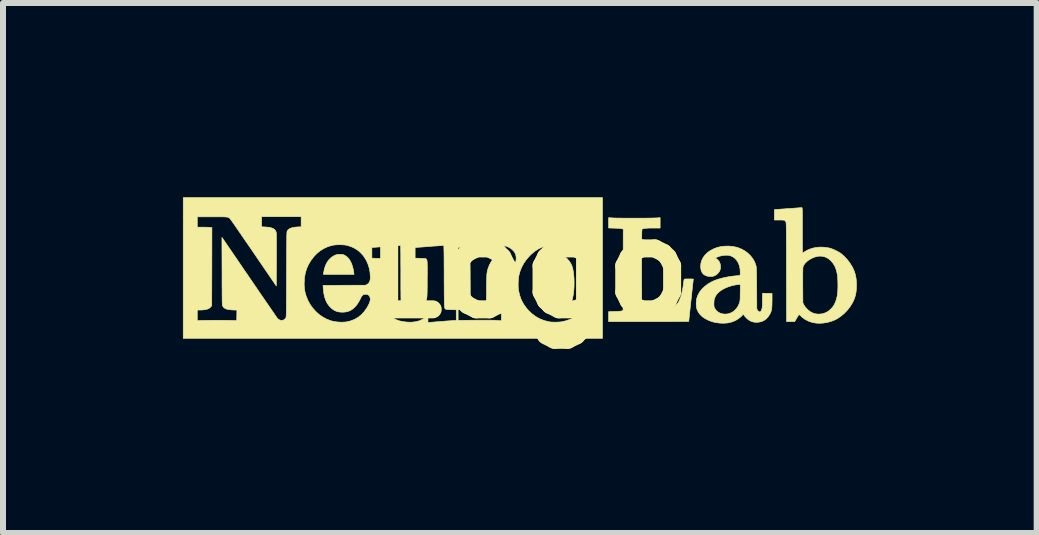
<source format=kicad_pcb>
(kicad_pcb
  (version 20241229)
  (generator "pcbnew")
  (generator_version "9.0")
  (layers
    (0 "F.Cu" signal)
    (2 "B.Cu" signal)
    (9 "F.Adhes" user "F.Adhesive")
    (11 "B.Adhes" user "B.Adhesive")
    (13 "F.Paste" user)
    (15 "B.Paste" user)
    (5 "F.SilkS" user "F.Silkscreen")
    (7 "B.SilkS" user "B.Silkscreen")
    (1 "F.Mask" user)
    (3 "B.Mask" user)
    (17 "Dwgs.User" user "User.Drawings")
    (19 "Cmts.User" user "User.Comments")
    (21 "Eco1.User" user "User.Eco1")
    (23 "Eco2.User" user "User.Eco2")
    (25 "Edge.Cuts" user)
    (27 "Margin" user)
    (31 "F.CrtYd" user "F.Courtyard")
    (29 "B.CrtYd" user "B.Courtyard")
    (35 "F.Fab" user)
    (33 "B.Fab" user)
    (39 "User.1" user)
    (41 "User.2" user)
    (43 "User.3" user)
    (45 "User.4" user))
  (footprint "Logo"
    (layer "F.Cu")
    (at 5.761 1.418)
    (property "Reference" "Logo" (at 0 0 0) (layer "F.SilkS") (effects (font (size 1.524 1.524) (thickness 0.3))))
    (attr through_hole)
    (fp_poly (pts (xy -3.12 -0.226) (xy -3.103 -0.225) (xy -3.09 -0.223) (xy -3.078 -0.218) (xy -3.064 -0.212) (xy -3.059 -0.209) (xy -3.024 -0.185) (xy -2.994 -0.153) (xy -2.968 -0.112) (xy -2.961 -0.098) (xy -2.946 -0.062) (xy -2.932 -0.02) (xy -2.921 0.024) (xy -2.914 0.065) (xy -2.913 0.074) (xy -2.909 0.107) (xy -3.419 0.107) (xy -3.416 0.083) (xy -3.403 0.015) (xy -3.383 -0.044) (xy -3.357 -0.096) (xy -3.325 -0.14) (xy -3.288 -0.176) (xy -3.244 -0.204) (xy -3.242 -0.205) (xy -3.222 -0.214) (xy -3.207 -0.22) (xy -3.194 -0.224) (xy -3.179 -0.226) (xy -3.158 -0.226) (xy -3.145 -0.226) (xy -3.12 -0.226)) (stroke (width 0.01) (type solid)) (fill yes) (layer "F.SilkS"))
    (fp_poly (pts (xy 0.496 -0.227) (xy 0.52 -0.224) (xy 0.564 -0.209) (xy 0.606 -0.186) (xy 0.645 -0.155) (xy 0.678 -0.117) (xy 0.707 -0.073) (xy 0.728 -0.024) (xy 0.739 0.013) (xy 0.748 0.065) (xy 0.755 0.123) (xy 0.76 0.184) (xy 0.761 0.247) (xy 0.76 0.31) (xy 0.756 0.372) (xy 0.749 0.43) (xy 0.74 0.482) (xy 0.729 0.528) (xy 0.721 0.55) (xy 0.701 0.59) (xy 0.675 0.629) (xy 0.644 0.665) (xy 0.612 0.692) (xy 0.573 0.714) (xy 0.528 0.73) (xy 0.479 0.738) (xy 0.427 0.738) (xy 0.411 0.736) (xy 0.361 0.726) (xy 0.315 0.706) (xy 0.274 0.677) (xy 0.237 0.641) (xy 0.206 0.597) (xy 0.182 0.546) (xy 0.177 0.534) (xy 0.169 0.507) (xy 0.161 0.482) (xy 0.156 0.455) (xy 0.152 0.427) (xy 0.149 0.394) (xy 0.147 0.357) (xy 0.145 0.313) (xy 0.145 0.261) (xy 0.145 0.244) (xy 0.145 0.2) (xy 0.145 0.165) (xy 0.146 0.137) (xy 0.147 0.115) (xy 0.148 0.096) (xy 0.15 0.079) (xy 0.152 0.064) (xy 0.155 0.047) (xy 0.159 0.031) (xy 0.175 -0.03) (xy 0.198 -0.083) (xy 0.227 -0.128) (xy 0.262 -0.165) (xy 0.303 -0.194) (xy 0.344 -0.214) (xy 0.367 -0.22) (xy 0.397 -0.225) (xy 0.43 -0.228) (xy 0.464 -0.228) (xy 0.496 -0.227)) (stroke (width 0.01) (type solid)) (fill yes) (layer "F.SilkS"))
    (fp_poly (pts (xy 2.195 -0.666) (xy 2.084 -0.666) (xy 2.03 -0.666) (xy 1.985 -0.664) (xy 1.949 -0.661) (xy 1.922 -0.657) (xy 1.904 -0.652) (xy 1.896 -0.648) (xy 1.895 -0.646) (xy 1.894 -0.644) (xy 1.893 -0.641) (xy 1.892 -0.635) (xy 1.891 -0.627) (xy 1.89 -0.616) (xy 1.89 -0.602) (xy 1.889 -0.584) (xy 1.889 -0.561) (xy 1.888 -0.534) (xy 1.888 -0.501) (xy 1.888 -0.461) (xy 1.888 -0.416) (xy 1.887 -0.363) (xy 1.887 -0.303) (xy 1.887 -0.234) (xy 1.887 -0.158) (xy 1.887 -0.072) (xy 1.887 0.024) (xy 1.887 0.035) (xy 1.887 0.134) (xy 1.887 0.224) (xy 1.887 0.305) (xy 1.888 0.377) (xy 1.888 0.44) (xy 1.888 0.496) (xy 1.888 0.544) (xy 1.889 0.585) (xy 1.889 0.62) (xy 1.889 0.648) (xy 1.89 0.671) (xy 1.891 0.689) (xy 1.891 0.702) (xy 1.892 0.711) (xy 1.893 0.716) (xy 1.894 0.717) (xy 1.899 0.719) (xy 1.909 0.721) (xy 1.925 0.723) (xy 1.949 0.724) (xy 1.98 0.725) (xy 2.021 0.725) (xy 2.034 0.726) (xy 2.099 0.726) (xy 2.155 0.725) (xy 2.204 0.722) (xy 2.246 0.718) (xy 2.283 0.712) (xy 2.317 0.704) (xy 2.347 0.694) (xy 2.376 0.682) (xy 2.382 0.679) (xy 2.412 0.661) (xy 2.442 0.637) (xy 2.47 0.609) (xy 2.493 0.581) (xy 2.499 0.572) (xy 2.519 0.531) (xy 2.538 0.483) (xy 2.555 0.426) (xy 2.569 0.363) (xy 2.58 0.296) (xy 2.583 0.272) (xy 2.586 0.246) (xy 2.589 0.223) (xy 2.592 0.205) (xy 2.594 0.195) (xy 2.594 0.194) (xy 2.595 0.19) (xy 2.598 0.187) (xy 2.603 0.185) (xy 2.614 0.184) (xy 2.63 0.183) (xy 2.654 0.183) (xy 2.672 0.183) (xy 2.699 0.183) (xy 2.721 0.183) (xy 2.738 0.184) (xy 2.747 0.184) (xy 2.748 0.184) (xy 2.748 0.19) (xy 2.746 0.204) (xy 2.744 0.227) (xy 2.74 0.258) (xy 2.736 0.295) (xy 2.732 0.338) (xy 2.726 0.387) (xy 2.721 0.44) (xy 2.715 0.497) (xy 2.71 0.536) (xy 2.704 0.595) (xy 2.698 0.65) (xy 2.692 0.702) (xy 2.687 0.75) (xy 2.683 0.791) (xy 2.679 0.827) (xy 2.676 0.855) (xy 2.674 0.876) (xy 2.672 0.888) (xy 2.672 0.89) (xy 2.667 0.891) (xy 2.653 0.891) (xy 2.629 0.892) (xy 2.597 0.892) (xy 2.557 0.892) (xy 2.511 0.893) (xy 2.457 0.893) (xy 2.398 0.893) (xy 2.333 0.894) (xy 2.263 0.894) (xy 2.189 0.894) (xy 2.111 0.894) (xy 2.031 0.894) (xy 2.004 0.894) (xy 1.336 0.894) (xy 1.336 0.728) (xy 1.436 0.725) (xy 1.481 0.724) (xy 1.516 0.722) (xy 1.541 0.719) (xy 1.557 0.716) (xy 1.557 0.716) (xy 1.577 0.709) (xy 1.58 -0.649) (xy 1.553 -0.655) (xy 1.539 -0.658) (xy 1.518 -0.66) (xy 1.49 -0.662) (xy 1.459 -0.663) (xy 1.431 -0.664) (xy 1.336 -0.667) (xy 1.336 -0.839) (xy 1.396 -0.835) (xy 1.414 -0.834) (xy 1.441 -0.833) (xy 1.477 -0.832) (xy 1.518 -0.832) (xy 1.566 -0.831) (xy 1.617 -0.831) (xy 1.672 -0.831) (xy 1.728 -0.831) (xy 1.786 -0.831) (xy 1.842 -0.831) (xy 1.898 -0.831) (xy 1.95 -0.831) (xy 1.999 -0.832) (xy 2.042 -0.832) (xy 2.08 -0.833) (xy 2.109 -0.834) (xy 2.13 -0.834) (xy 2.135 -0.835) (xy 2.195 -0.839) (xy 2.195 -0.666)) (stroke (width 0.01) (type solid)) (fill yes) (layer "F.SilkS"))
    (fp_poly (pts (xy 4.56 -1.006) (xy 4.561 -1.004) (xy 4.562 -1) (xy 4.563 -0.993) (xy 4.564 -0.984) (xy 4.565 -0.97) (xy 4.566 -0.951) (xy 4.566 -0.927) (xy 4.566 -0.897) (xy 4.567 -0.861) (xy 4.567 -0.817) (xy 4.567 -0.764) (xy 4.567 -0.704) (xy 4.567 -0.633) (xy 4.567 -0.627) (xy 4.567 -0.566) (xy 4.567 -0.508) (xy 4.567 -0.454) (xy 4.567 -0.405) (xy 4.568 -0.361) (xy 4.568 -0.323) (xy 4.568 -0.292) (xy 4.568 -0.269) (xy 4.569 -0.254) (xy 4.569 -0.249) (xy 4.569 -0.249) (xy 4.574 -0.252) (xy 4.585 -0.258) (xy 4.598 -0.267) (xy 4.654 -0.3) (xy 4.716 -0.324) (xy 4.781 -0.34) (xy 4.85 -0.348) (xy 4.92 -0.347) (xy 4.991 -0.338) (xy 5.027 -0.33) (xy 5.058 -0.32) (xy 5.094 -0.305) (xy 5.132 -0.287) (xy 5.168 -0.268) (xy 5.2 -0.248) (xy 5.212 -0.24) (xy 5.262 -0.196) (xy 5.311 -0.145) (xy 5.354 -0.09) (xy 5.391 -0.031) (xy 5.405 -0.007) (xy 5.428 0.044) (xy 5.445 0.093) (xy 5.457 0.143) (xy 5.465 0.197) (xy 5.468 0.257) (xy 5.469 0.287) (xy 5.467 0.348) (xy 5.462 0.401) (xy 5.453 0.45) (xy 5.439 0.497) (xy 5.42 0.544) (xy 5.398 0.587) (xy 5.361 0.647) (xy 5.316 0.704) (xy 5.265 0.757) (xy 5.209 0.804) (xy 5.15 0.844) (xy 5.108 0.866) (xy 5.049 0.889) (xy 4.985 0.907) (xy 4.918 0.918) (xy 4.852 0.922) (xy 4.794 0.919) (xy 4.729 0.907) (xy 4.667 0.886) (xy 4.611 0.857) (xy 4.559 0.819) (xy 4.541 0.801) (xy 4.525 0.786) (xy 4.514 0.779) (xy 4.508 0.778) (xy 4.507 0.779) (xy 4.503 0.785) (xy 4.495 0.799) (xy 4.484 0.817) (xy 4.471 0.839) (xy 4.471 0.839) (xy 4.439 0.894) (xy 4.303 0.894) (xy 4.302 0.189) (xy 4.573 0.189) (xy 4.573 0.256) (xy 4.573 0.295) (xy 4.575 0.582) (xy 4.59 0.612) (xy 4.608 0.641) (xy 4.633 0.671) (xy 4.662 0.7) (xy 4.693 0.725) (xy 4.723 0.743) (xy 4.725 0.744) (xy 4.773 0.762) (xy 4.824 0.769) (xy 4.876 0.767) (xy 4.917 0.759) (xy 4.962 0.742) (xy 5.003 0.718) (xy 5.04 0.685) (xy 5.042 0.684) (xy 5.073 0.649) (xy 5.098 0.611) (xy 5.118 0.57) (xy 5.134 0.523) (xy 5.147 0.468) (xy 5.15 0.455) (xy 5.153 0.429) (xy 5.156 0.395) (xy 5.158 0.355) (xy 5.159 0.311) (xy 5.159 0.266) (xy 5.158 0.222) (xy 5.156 0.181) (xy 5.154 0.144) (xy 5.151 0.115) (xy 5.149 0.107) (xy 5.137 0.051) (xy 5.122 0.004) (xy 5.103 -0.038) (xy 5.08 -0.075) (xy 5.052 -0.11) (xy 5.042 -0.12) (xy 5.003 -0.154) (xy 4.962 -0.178) (xy 4.917 -0.192) (xy 4.869 -0.198) (xy 4.862 -0.198) (xy 4.821 -0.194) (xy 4.779 -0.184) (xy 4.737 -0.168) (xy 4.697 -0.147) (xy 4.66 -0.123) (xy 4.628 -0.095) (xy 4.602 -0.066) (xy 4.584 -0.036) (xy 4.577 -0.015) (xy 4.576 -0.005) (xy 4.575 0.015) (xy 4.574 0.044) (xy 4.573 0.083) (xy 4.573 0.131) (xy 4.573 0.189) (xy 4.302 0.189) (xy 4.302 0.072) (xy 4.301 -0.035) (xy 4.301 -0.133) (xy 4.301 -0.221) (xy 4.301 -0.301) (xy 4.301 -0.373) (xy 4.3 -0.436) (xy 4.3 -0.493) (xy 4.3 -0.542) (xy 4.3 -0.585) (xy 4.299 -0.622) (xy 4.299 -0.654) (xy 4.298 -0.68) (xy 4.298 -0.702) (xy 4.297 -0.72) (xy 4.296 -0.734) (xy 4.296 -0.746) (xy 4.295 -0.754) (xy 4.294 -0.76) (xy 4.293 -0.765) (xy 4.292 -0.768) (xy 4.292 -0.768) (xy 4.286 -0.779) (xy 4.279 -0.787) (xy 4.27 -0.793) (xy 4.257 -0.797) (xy 4.238 -0.799) (xy 4.211 -0.8) (xy 4.18 -0.8) (xy 4.1 -0.8) (xy 4.1 -0.887) (xy 4.1 -0.973) (xy 4.324 -0.99) (xy 4.371 -0.993) (xy 4.415 -0.996) (xy 4.456 -0.999) (xy 4.491 -1.002) (xy 4.519 -1.004) (xy 4.541 -1.005) (xy 4.554 -1.006) (xy 4.558 -1.006) (xy 4.56 -1.006)) (stroke (width 0.01) (type solid)) (fill yes) (layer "F.SilkS"))
    (fp_poly (pts (xy 3.407 -0.359) (xy 3.47 -0.346) (xy 3.49 -0.34) (xy 3.551 -0.316) (xy 3.607 -0.285) (xy 3.658 -0.247) (xy 3.703 -0.203) (xy 3.74 -0.155) (xy 3.77 -0.104) (xy 3.79 -0.049) (xy 3.791 -0.048) (xy 3.793 -0.04) (xy 3.795 -0.032) (xy 3.796 -0.023) (xy 3.798 -0.013) (xy 3.799 -0.000015) (xy 3.8 0.016) (xy 3.801 0.035) (xy 3.801 0.059) (xy 3.802 0.089) (xy 3.803 0.125) (xy 3.803 0.168) (xy 3.804 0.219) (xy 3.804 0.279) (xy 3.805 0.338) (xy 3.807 0.683) (xy 3.82 0.705) (xy 3.834 0.723) (xy 3.849 0.731) (xy 3.864 0.731) (xy 3.872 0.725) (xy 3.881 0.71) (xy 3.886 0.698) (xy 3.89 0.688) (xy 3.893 0.679) (xy 3.895 0.668) (xy 3.897 0.655) (xy 3.898 0.638) (xy 3.899 0.615) (xy 3.9 0.585) (xy 3.9 0.547) (xy 3.9 0.545) (xy 3.902 0.421) (xy 4.061 0.424) (xy 4.061 0.544) (xy 4.06 0.591) (xy 4.059 0.629) (xy 4.057 0.661) (xy 4.054 0.687) (xy 4.049 0.709) (xy 4.043 0.73) (xy 4.034 0.749) (xy 4.026 0.767) (xy 3.997 0.812) (xy 3.964 0.848) (xy 3.925 0.876) (xy 3.882 0.895) (xy 3.833 0.904) (xy 3.807 0.906) (xy 3.76 0.903) (xy 3.718 0.892) (xy 3.679 0.872) (xy 3.643 0.844) (xy 3.608 0.807) (xy 3.59 0.782) (xy 3.582 0.77) (xy 3.566 0.788) (xy 3.548 0.807) (xy 3.523 0.828) (xy 3.494 0.849) (xy 3.464 0.868) (xy 3.439 0.881) (xy 3.384 0.902) (xy 3.324 0.916) (xy 3.26 0.921) (xy 3.191 0.919) (xy 3.189 0.919) (xy 3.123 0.91) (xy 3.06 0.895) (xy 3.002 0.873) (xy 2.949 0.846) (xy 2.902 0.815) (xy 2.864 0.779) (xy 2.838 0.746) (xy 2.819 0.712) (xy 2.806 0.679) (xy 2.799 0.641) (xy 2.797 0.598) (xy 2.797 0.597) (xy 2.797 0.589) (xy 3.091 0.589) (xy 3.092 0.615) (xy 3.093 0.633) (xy 3.095 0.646) (xy 3.099 0.659) (xy 3.104 0.668) (xy 3.126 0.703) (xy 3.156 0.731) (xy 3.191 0.751) (xy 3.23 0.764) (xy 3.273 0.769) (xy 3.318 0.766) (xy 3.357 0.756) (xy 3.396 0.738) (xy 3.433 0.712) (xy 3.465 0.678) (xy 3.493 0.639) (xy 3.513 0.595) (xy 3.523 0.563) (xy 3.526 0.548) (xy 3.528 0.529) (xy 3.529 0.505) (xy 3.53 0.473) (xy 3.53 0.433) (xy 3.531 0.403) (xy 3.531 0.274) (xy 3.514 0.274) (xy 3.501 0.275) (xy 3.482 0.278) (xy 3.46 0.281) (xy 3.453 0.282) (xy 3.389 0.296) (xy 3.328 0.315) (xy 3.272 0.339) (xy 3.223 0.366) (xy 3.181 0.396) (xy 3.147 0.429) (xy 3.133 0.447) (xy 3.114 0.479) (xy 3.101 0.51) (xy 3.094 0.544) (xy 3.092 0.584) (xy 3.091 0.589) (xy 2.797 0.589) (xy 2.799 0.549) (xy 2.806 0.507) (xy 2.819 0.468) (xy 2.827 0.448) (xy 2.856 0.397) (xy 2.894 0.349) (xy 2.941 0.305) (xy 2.996 0.264) (xy 3.059 0.228) (xy 3.063 0.226) (xy 3.111 0.205) (xy 3.166 0.186) (xy 3.228 0.169) (xy 3.295 0.154) (xy 3.365 0.141) (xy 3.435 0.133) (xy 3.467 0.13) (xy 3.493 0.128) (xy 3.511 0.126) (xy 3.522 0.122) (xy 3.528 0.115) (xy 3.53 0.104) (xy 3.531 0.086) (xy 3.531 0.069) (xy 3.527 0.013) (xy 3.516 -0.039) (xy 3.498 -0.085) (xy 3.473 -0.126) (xy 3.443 -0.16) (xy 3.407 -0.186) (xy 3.366 -0.204) (xy 3.346 -0.209) (xy 3.313 -0.213) (xy 3.274 -0.212) (xy 3.233 -0.207) (xy 3.193 -0.198) (xy 3.157 -0.186) (xy 3.142 -0.179) (xy 3.117 -0.166) (xy 3.129 -0.158) (xy 3.16 -0.133) (xy 3.183 -0.102) (xy 3.197 -0.066) (xy 3.202 -0.025) (xy 3.202 -0.018) (xy 3.199 0.019) (xy 3.187 0.051) (xy 3.168 0.079) (xy 3.15 0.098) (xy 3.123 0.119) (xy 3.096 0.133) (xy 3.066 0.14) (xy 3.029 0.142) (xy 3.02 0.141) (xy 2.978 0.135) (xy 2.942 0.121) (xy 2.913 0.1) (xy 2.892 0.072) (xy 2.878 0.037) (xy 2.871 -0.006) (xy 2.87 -0.025) (xy 2.875 -0.078) (xy 2.889 -0.128) (xy 2.913 -0.175) (xy 2.945 -0.218) (xy 2.985 -0.257) (xy 3.033 -0.291) (xy 3.089 -0.32) (xy 3.147 -0.342) (xy 3.208 -0.357) (xy 3.273 -0.364) (xy 3.34 -0.365) (xy 3.407 -0.359)) (stroke (width 0.01) (type solid)) (fill yes) (layer "F.SilkS"))
    (fp_poly (pts (xy 1.234 1.173) (xy -5.756 1.173) (xy -5.756 -0.853) (xy -5.522 -0.853) (xy -5.522 -0.681) (xy -5.447 -0.681) (xy -5.415 -0.68) (xy -5.382 -0.68) (xy -5.352 -0.679) (xy -5.328 -0.678) (xy -5.325 -0.677) (xy -5.278 -0.674) (xy -5.279 -0.023) (xy -5.281 0.628) (xy -5.295 0.647) (xy -5.317 0.668) (xy -5.348 0.684) (xy -5.388 0.694) (xy -5.436 0.7) (xy -5.47 0.701) (xy -5.522 0.701) (xy -5.522 0.879) (xy -5.488 0.876) (xy -5.475 0.876) (xy -5.453 0.875) (xy -5.424 0.874) (xy -5.389 0.874) (xy -5.349 0.873) (xy -5.307 0.873) (xy -5.268 0.872) (xy -5.219 0.872) (xy -5.169 0.872) (xy -5.118 0.872) (xy -5.07 0.872) (xy -5.027 0.873) (xy -4.99 0.873) (xy -4.973 0.874) (xy -4.864 0.876) (xy -4.863 0.789) (xy -4.861 0.702) (xy -4.931 0.7) (xy -4.977 0.696) (xy -5.015 0.691) (xy -5.044 0.682) (xy -5.068 0.669) (xy -5.086 0.653) (xy -5.099 0.634) (xy -5.1 0.631) (xy -5.102 0.626) (xy -5.103 0.621) (xy -5.104 0.613) (xy -5.105 0.602) (xy -5.105 0.588) (xy -5.106 0.571) (xy -5.107 0.548) (xy -5.107 0.521) (xy -5.107 0.488) (xy -5.108 0.449) (xy -5.108 0.403) (xy -5.108 0.35) (xy -5.109 0.289) (xy -5.109 0.219) (xy -5.109 0.141) (xy -5.109 0.054) (xy -5.111 -0.51) (xy -5.086 -0.475) (xy -5.08 -0.466) (xy -5.069 -0.45) (xy -5.053 -0.427) (xy -5.032 -0.396) (xy -5.007 -0.359) (xy -4.978 -0.317) (xy -4.945 -0.269) (xy -4.909 -0.215) (xy -4.869 -0.158) (xy -4.827 -0.096) (xy -4.783 -0.031) (xy -4.737 0.037) (xy -4.688 0.107) (xy -4.639 0.179) (xy -4.633 0.188) (xy -4.584 0.26) (xy -4.536 0.33) (xy -4.49 0.398) (xy -4.445 0.463) (xy -4.403 0.524) (xy -4.364 0.581) (xy -4.328 0.633) (xy -4.295 0.681) (xy -4.266 0.723) (xy -4.241 0.759) (xy -4.221 0.789) (xy -4.205 0.812) (xy -4.194 0.828) (xy -4.188 0.836) (xy -4.188 0.836) (xy -4.166 0.857) (xy -4.141 0.87) (xy -4.115 0.874) (xy -4.09 0.87) (xy -4.067 0.857) (xy -4.049 0.837) (xy -4.046 0.833) (xy -4.045 0.831) (xy -4.044 0.828) (xy -4.043 0.824) (xy -4.041 0.819) (xy -4.041 0.812) (xy -4.04 0.802) (xy -4.039 0.79) (xy -4.038 0.775) (xy -4.038 0.755) (xy -4.037 0.731) (xy -4.037 0.702) (xy -4.036 0.668) (xy -4.036 0.628) (xy -4.036 0.581) (xy -4.035 0.528) (xy -4.035 0.467) (xy -4.035 0.398) (xy -4.034 0.32) (xy -4.034 0.254) (xy -3.74 0.254) (xy -3.738 0.31) (xy -3.733 0.36) (xy -3.724 0.408) (xy -3.71 0.457) (xy -3.705 0.472) (xy -3.677 0.541) (xy -3.641 0.607) (xy -3.597 0.668) (xy -3.547 0.724) (xy -3.491 0.775) (xy -3.43 0.817) (xy -3.366 0.852) (xy -3.3 0.878) (xy -3.297 0.879) (xy -3.24 0.893) (xy -3.178 0.901) (xy -3.116 0.904) (xy -3.056 0.901) (xy -3.026 0.897) (xy -2.958 0.88) (xy -2.895 0.854) (xy -2.837 0.82) (xy -2.784 0.777) (xy -2.74 0.729) (xy -2.713 0.693) (xy -2.688 0.655) (xy -2.667 0.616) (xy -2.65 0.58) (xy -2.647 0.57) (xy -2.638 0.537) (xy -2.638 0.507) (xy -2.645 0.481) (xy -2.658 0.46) (xy -2.678 0.445) (xy -2.703 0.438) (xy -2.723 0.438) (xy -2.743 0.442) (xy -2.759 0.449) (xy -2.773 0.462) (xy -2.787 0.482) (xy -2.802 0.511) (xy -2.802 0.512) (xy -2.827 0.56) (xy -2.852 0.6) (xy -2.878 0.634) (xy -2.905 0.662) (xy -2.943 0.693) (xy -2.983 0.715) (xy -3.025 0.729) (xy -3.074 0.736) (xy -3.104 0.737) (xy -3.153 0.734) (xy -3.195 0.725) (xy -3.233 0.709) (xy -3.269 0.685) (xy -3.3 0.658) (xy -3.333 0.621) (xy -3.36 0.581) (xy -3.381 0.537) (xy -3.398 0.487) (xy -3.408 0.443) (xy -3.414 0.414) (xy -3.418 0.38) (xy -3.421 0.349) (xy -3.422 0.341) (xy -3.425 0.29) (xy -3.07 0.288) (xy -2.715 0.287) (xy -2.694 0.276) (xy -2.67 0.259) (xy -2.654 0.238) (xy -2.643 0.212) (xy -2.637 0.178) (xy -2.637 0.153) (xy -2.641 0.079) (xy -2.654 0.006) (xy -2.676 -0.064) (xy -2.705 -0.129) (xy -2.742 -0.188) (xy -2.748 -0.197) (xy -2.794 -0.25) (xy -2.844 -0.294) (xy -2.901 -0.33) (xy -2.922 -0.34) (xy -2.611 -0.34) (xy -2.611 -0.164) (xy -2.526 -0.161) (xy -2.497 -0.16) (xy -2.471 -0.159) (xy -2.451 -0.158) (xy -2.437 -0.156) (xy -2.432 -0.155) (xy -2.428 -0.153) (xy -2.425 -0.15) (xy -2.422 -0.145) (xy -2.419 -0.138) (xy -2.417 -0.128) (xy -2.415 -0.114) (xy -2.414 -0.096) (xy -2.412 -0.072) (xy -2.411 -0.043) (xy -2.41 -0.007) (xy -2.41 0.037) (xy -2.409 0.089) (xy -2.408 0.149) (xy -2.408 0.208) (xy -2.407 0.279) (xy -2.406 0.34) (xy -2.405 0.393) (xy -2.405 0.438) (xy -2.403 0.476) (xy -2.402 0.509) (xy -2.401 0.537) (xy -2.399 0.561) (xy -2.396 0.581) (xy -2.393 0.599) (xy -2.39 0.616) (xy -2.386 0.632) (xy -2.382 0.648) (xy -2.377 0.663) (xy -2.356 0.718) (xy -2.329 0.764) (xy -2.295 0.804) (xy -2.253 0.836) (xy -2.205 0.862) (xy -2.153 0.881) (xy -2.097 0.893) (xy -2.036 0.901) (xy -1.972 0.904) (xy -1.943 0.903) (xy -1.879 0.896) (xy -1.819 0.88) (xy -1.765 0.855) (xy -1.716 0.822) (xy -1.702 0.81) (xy -1.676 0.786) (xy -1.676 0.91) (xy -1.647 0.907) (xy -1.636 0.906) (xy -1.615 0.904) (xy -1.587 0.902) (xy -1.553 0.899) (xy -1.514 0.896) (xy -1.472 0.893) (xy -1.427 0.889) (xy -1.423 0.889) (xy -1.379 0.885) (xy -1.338 0.882) (xy -1.301 0.88) (xy -1.269 0.877) (xy -1.243 0.875) (xy -1.225 0.874) (xy -1.216 0.874) (xy -1.216 0.874) (xy -1.204 0.874) (xy -1.204 0.697) (xy -1.287 0.695) (xy -1.321 0.694) (xy -1.349 0.692) (xy -1.369 0.69) (xy -1.379 0.687) (xy -1.38 0.687) (xy -1.384 0.685) (xy -1.387 0.682) (xy -1.39 0.679) (xy -1.393 0.675) (xy -1.395 0.668) (xy -1.397 0.66) (xy -1.399 0.648) (xy -1.4 0.632) (xy -1.402 0.612) (xy -1.403 0.587) (xy -1.403 0.557) (xy -1.404 0.521) (xy -1.404 0.478) (xy -1.405 0.428) (xy -1.405 0.37) (xy -1.405 0.304) (xy -1.406 0.228) (xy -1.406 0.144) (xy -1.406 0.136) (xy -1.406 0.048) (xy -1.407 -0.029) (xy -1.407 -0.098) (xy -1.407 -0.158) (xy -1.408 -0.209) (xy -1.408 -0.252) (xy -1.409 -0.289) (xy -1.41 -0.318) (xy -1.41 -0.34) (xy -1.173 -0.34) (xy -1.173 -0.163) (xy -1.106 -0.162) (xy -1.079 -0.162) (xy -1.053 -0.161) (xy -1.031 -0.16) (xy -1.017 -0.158) (xy -1.016 -0.158) (xy -1.001 -0.155) (xy -0.992 -0.149) (xy -0.984 -0.137) (xy -0.983 -0.135) (xy -0.981 -0.13) (xy -0.979 -0.126) (xy -0.978 -0.12) (xy -0.977 -0.112) (xy -0.976 -0.101) (xy -0.975 -0.087) (xy -0.974 -0.069) (xy -0.973 -0.046) (xy -0.973 -0.017) (xy -0.973 0.019) (xy -0.972 0.061) (xy -0.972 0.111) (xy -0.972 0.17) (xy -0.971 0.238) (xy -0.971 0.249) (xy -0.971 0.31) (xy -0.971 0.368) (xy -0.971 0.423) (xy -0.971 0.473) (xy -0.971 0.519) (xy -0.971 0.559) (xy -0.972 0.592) (xy -0.972 0.617) (xy -0.973 0.633) (xy -0.973 0.64) (xy -0.977 0.66) (xy -0.985 0.675) (xy -0.991 0.682) (xy -1.005 0.696) (xy -1.173 0.696) (xy -1.173 0.873) (xy -0.89 0.871) (xy -0.835 0.87) (xy -0.781 0.87) (xy -0.73 0.87) (xy -0.683 0.87) (xy -0.641 0.87) (xy -0.605 0.871) (xy -0.577 0.871) (xy -0.557 0.872) (xy -0.551 0.873) (xy -0.526 0.875) (xy -0.502 0.876) (xy -0.483 0.878) (xy -0.474 0.878) (xy -0.452 0.879) (xy -0.452 0.696) (xy -0.537 0.696) (xy -0.568 0.696) (xy -0.598 0.695) (xy -0.625 0.694) (xy -0.645 0.692) (xy -0.653 0.691) (xy -0.663 0.69) (xy -0.672 0.688) (xy -0.679 0.686) (xy -0.685 0.683) (xy -0.69 0.678) (xy -0.694 0.67) (xy -0.697 0.657) (xy -0.699 0.641) (xy -0.7 0.619) (xy -0.701 0.592) (xy -0.701 0.557) (xy -0.701 0.515) (xy -0.7 0.464) (xy -0.7 0.405) (xy -0.7 0.384) (xy -0.699 0.321) (xy -0.699 0.288) (xy -0.172 0.288) (xy -0.17 0.33) (xy -0.167 0.367) (xy -0.165 0.376) (xy -0.147 0.454) (xy -0.121 0.528) (xy -0.085 0.597) (xy -0.039 0.662) (xy -0.004 0.703) (xy 0.054 0.759) (xy 0.117 0.807) (xy 0.184 0.845) (xy 0.255 0.874) (xy 0.33 0.894) (xy 0.358 0.899) (xy 0.391 0.902) (xy 0.43 0.903) (xy 0.471 0.903) (xy 0.511 0.901) (xy 0.546 0.898) (xy 0.552 0.897) (xy 0.629 0.879) (xy 0.7 0.854) (xy 0.768 0.819) (xy 0.831 0.775) (xy 0.881 0.732) (xy 0.936 0.673) (xy 0.982 0.608) (xy 1.02 0.539) (xy 1.048 0.466) (xy 1.068 0.39) (xy 1.07 0.378) (xy 1.073 0.348) (xy 1.075 0.311) (xy 1.076 0.27) (xy 1.075 0.229) (xy 1.073 0.189) (xy 1.069 0.153) (xy 1.064 0.125) (xy 1.042 0.049) (xy 1.012 -0.024) (xy 0.973 -0.093) (xy 0.927 -0.156) (xy 0.874 -0.214) (xy 0.816 -0.265) (xy 0.753 -0.309) (xy 0.709 -0.333) (xy 0.659 -0.354) (xy 0.61 -0.37) (xy 0.559 -0.381) (xy 0.505 -0.386) (xy 0.452 -0.388) (xy 0.375 -0.384) (xy 0.304 -0.372) (xy 0.237 -0.351) (xy 0.173 -0.322) (xy 0.113 -0.284) (xy 0.054 -0.236) (xy 0.025 -0.208) (xy -0.03 -0.146) (xy -0.077 -0.081) (xy -0.114 -0.012) (xy -0.143 0.062) (xy -0.16 0.127) (xy -0.165 0.16) (xy -0.169 0.2) (xy -0.171 0.244) (xy -0.172 0.288) (xy -0.699 0.288) (xy -0.699 0.267) (xy -0.698 0.221) (xy -0.697 0.183) (xy -0.696 0.15) (xy -0.695 0.123) (xy -0.693 0.1) (xy -0.691 0.081) (xy -0.688 0.063) (xy -0.685 0.047) (xy -0.681 0.032) (xy -0.676 0.015) (xy -0.67 -0.003) (xy -0.668 -0.008) (xy -0.652 -0.049) (xy -0.631 -0.089) (xy -0.608 -0.125) (xy -0.583 -0.155) (xy -0.558 -0.178) (xy -0.545 -0.187) (xy -0.524 -0.198) (xy -0.522 -0.154) (xy -0.517 -0.113) (xy -0.504 -0.079) (xy -0.484 -0.051) (xy -0.455 -0.028) (xy -0.435 -0.017) (xy -0.42 -0.01) (xy -0.405 -0.005) (xy -0.388 -0.003) (xy -0.366 -0.003) (xy -0.342 -0.003) (xy -0.325 -0.005) (xy -0.311 -0.009) (xy -0.294 -0.016) (xy -0.294 -0.017) (xy -0.261 -0.038) (xy -0.234 -0.067) (xy -0.217 -0.096) (xy -0.208 -0.123) (xy -0.205 -0.156) (xy -0.207 -0.19) (xy -0.213 -0.222) (xy -0.22 -0.24) (xy -0.24 -0.273) (xy -0.268 -0.303) (xy -0.302 -0.33) (xy -0.34 -0.351) (xy -0.38 -0.365) (xy -0.386 -0.366) (xy -0.412 -0.369) (xy -0.444 -0.37) (xy -0.479 -0.369) (xy -0.513 -0.365) (xy -0.543 -0.36) (xy -0.554 -0.356) (xy -0.603 -0.335) (xy -0.65 -0.306) (xy -0.684 -0.276) (xy -0.716 -0.244) (xy -0.716 -0.31) (xy -0.717 -0.339) (xy -0.717 -0.358) (xy -0.719 -0.37) (xy -0.721 -0.376) (xy -0.723 -0.376) (xy -0.73 -0.376) (xy -0.747 -0.374) (xy -0.771 -0.373) (xy -0.801 -0.371) (xy -0.836 -0.368) (xy -0.875 -0.365) (xy -0.915 -0.362) (xy -0.956 -0.359) (xy -0.997 -0.356) (xy -1.036 -0.353) (xy -1.072 -0.35) (xy -1.103 -0.347) (xy -1.128 -0.345) (xy -1.147 -0.344) (xy -1.156 -0.343) (xy -1.157 -0.343) (xy -1.173 -0.34) (xy -1.41 -0.34) (xy -1.41 -0.341) (xy -1.411 -0.357) (xy -1.412 -0.368) (xy -1.413 -0.374) (xy -1.414 -0.376) (xy -1.421 -0.376) (xy -1.438 -0.375) (xy -1.462 -0.373) (xy -1.492 -0.371) (xy -1.527 -0.368) (xy -1.566 -0.366) (xy -1.607 -0.363) (xy -1.649 -0.359) (xy -1.691 -0.356) (xy -1.732 -0.353) (xy -1.769 -0.35) (xy -1.803 -0.348) (xy -1.83 -0.346) (xy -1.852 -0.344) (xy -1.865 -0.343) (xy -1.868 -0.343) (xy -1.89 -0.34) (xy -1.89 -0.164) (xy -1.805 -0.161) (xy -1.776 -0.16) (xy -1.75 -0.159) (xy -1.729 -0.158) (xy -1.715 -0.156) (xy -1.711 -0.155) (xy -1.704 -0.148) (xy -1.697 -0.136) (xy -1.694 -0.13) (xy -1.692 -0.125) (xy -1.691 -0.118) (xy -1.69 -0.108) (xy -1.689 -0.095) (xy -1.688 -0.079) (xy -1.688 -0.057) (xy -1.687 -0.03) (xy -1.687 0.004) (xy -1.687 0.046) (xy -1.687 0.095) (xy -1.688 0.153) (xy -1.688 0.188) (xy -1.688 0.251) (xy -1.688 0.306) (xy -1.689 0.352) (xy -1.689 0.39) (xy -1.69 0.422) (xy -1.691 0.449) (xy -1.692 0.47) (xy -1.694 0.488) (xy -1.696 0.504) (xy -1.699 0.517) (xy -1.702 0.53) (xy -1.707 0.542) (xy -1.711 0.555) (xy -1.717 0.57) (xy -1.717 0.571) (xy -1.731 0.601) (xy -1.751 0.633) (xy -1.773 0.663) (xy -1.796 0.688) (xy -1.808 0.699) (xy -1.835 0.718) (xy -1.862 0.731) (xy -1.892 0.739) (xy -1.927 0.743) (xy -1.956 0.744) (xy -2 0.742) (xy -2.036 0.736) (xy -2.065 0.726) (xy -2.086 0.71) (xy -2.102 0.687) (xy -2.114 0.657) (xy -2.122 0.62) (xy -2.123 0.612) (xy -2.124 0.601) (xy -2.125 0.58) (xy -2.126 0.55) (xy -2.126 0.511) (xy -2.127 0.464) (xy -2.127 0.41) (xy -2.128 0.348) (xy -2.128 0.28) (xy -2.128 0.205) (xy -2.128 0.125) (xy -2.128 0.1) (xy -2.128 0.017) (xy -2.129 -0.057) (xy -2.129 -0.121) (xy -2.129 -0.177) (xy -2.129 -0.225) (xy -2.13 -0.265) (xy -2.13 -0.298) (xy -2.131 -0.324) (xy -2.131 -0.345) (xy -2.132 -0.36) (xy -2.133 -0.369) (xy -2.134 -0.375) (xy -2.135 -0.376) (xy -2.143 -0.376) (xy -2.159 -0.375) (xy -2.183 -0.373) (xy -2.214 -0.371) (xy -2.249 -0.368) (xy -2.288 -0.366) (xy -2.329 -0.363) (xy -2.371 -0.359) (xy -2.413 -0.356) (xy -2.454 -0.353) (xy -2.491 -0.351) (xy -2.524 -0.348) (xy -2.552 -0.346) (xy -2.573 -0.344) (xy -2.586 -0.343) (xy -2.59 -0.343) (xy -2.611 -0.34) (xy -2.922 -0.34) (xy -2.963 -0.358) (xy -3.032 -0.379) (xy -3.035 -0.379) (xy -3.061 -0.384) (xy -3.094 -0.386) (xy -3.131 -0.388) (xy -3.17 -0.388) (xy -3.207 -0.386) (xy -3.24 -0.383) (xy -3.265 -0.379) (xy -3.339 -0.358) (xy -3.408 -0.327) (xy -3.471 -0.288) (xy -3.529 -0.241) (xy -3.575 -0.193) (xy -3.626 -0.127) (xy -3.667 -0.059) (xy -3.699 0.012) (xy -3.721 0.086) (xy -3.735 0.164) (xy -3.739 0.247) (xy -3.74 0.254) (xy -4.034 0.254) (xy -4.034 0.234) (xy -4.034 0.138) (xy -4.034 0.107) (xy -4.033 0.008) (xy -4.033 -0.082) (xy -4.033 -0.162) (xy -4.032 -0.233) (xy -4.032 -0.297) (xy -4.032 -0.352) (xy -4.031 -0.401) (xy -4.031 -0.443) (xy -4.03 -0.479) (xy -4.03 -0.51) (xy -4.03 -0.535) (xy -4.029 -0.556) (xy -4.028 -0.572) (xy -4.028 -0.586) (xy -4.027 -0.596) (xy -4.026 -0.603) (xy -4.025 -0.609) (xy -4.024 -0.613) (xy -4.022 -0.616) (xy -4.021 -0.619) (xy -4.021 -0.62) (xy -4.005 -0.639) (xy -3.984 -0.655) (xy -3.956 -0.667) (xy -3.921 -0.676) (xy -3.878 -0.682) (xy -3.85 -0.684) (xy -3.79 -0.687) (xy -3.79 -0.856) (xy -4.45 -0.856) (xy -4.45 -0.687) (xy -4.393 -0.684) (xy -4.352 -0.681) (xy -4.319 -0.677) (xy -4.293 -0.671) (xy -4.271 -0.664) (xy -4.254 -0.656) (xy -4.229 -0.638) (xy -4.213 -0.615) (xy -4.204 -0.587) (xy -4.204 -0.583) (xy -4.203 -0.574) (xy -4.203 -0.555) (xy -4.203 -0.528) (xy -4.202 -0.494) (xy -4.202 -0.452) (xy -4.202 -0.404) (xy -4.202 -0.351) (xy -4.202 -0.293) (xy -4.202 -0.232) (xy -4.202 -0.167) (xy -4.202 -0.128) (xy -4.204 0.3) (xy -4.583 -0.255) (xy -4.629 -0.323) (xy -4.674 -0.388) (xy -4.718 -0.451) (xy -4.759 -0.511) (xy -4.797 -0.567) (xy -4.833 -0.619) (xy -4.866 -0.667) (xy -4.895 -0.709) (xy -4.92 -0.745) (xy -4.941 -0.775) (xy -4.958 -0.798) (xy -4.97 -0.815) (xy -4.976 -0.823) (xy -4.977 -0.824) (xy -4.984 -0.83) (xy -4.99 -0.836) (xy -4.997 -0.84) (xy -5.006 -0.844) (xy -5.017 -0.847) (xy -5.032 -0.849) (xy -5.05 -0.851) (xy -5.074 -0.852) (xy -5.103 -0.853) (xy -5.14 -0.853) (xy -5.184 -0.853) (xy -5.237 -0.853) (xy -5.275 -0.853) (xy -5.522 -0.853) (xy -5.756 -0.853) (xy -5.756 -1.173) (xy 1.234 -1.173) (xy 1.234 1.173)) (stroke (width 0.01) (type solid)) (fill yes) (layer "F.SilkS")))
  (gr_rect
    (start -3 -3)
    (end 14.234 5.836)
    (stroke (width 0.1) (type default))
    (fill no)
    (layer "Edge.Cuts")))
</source>
